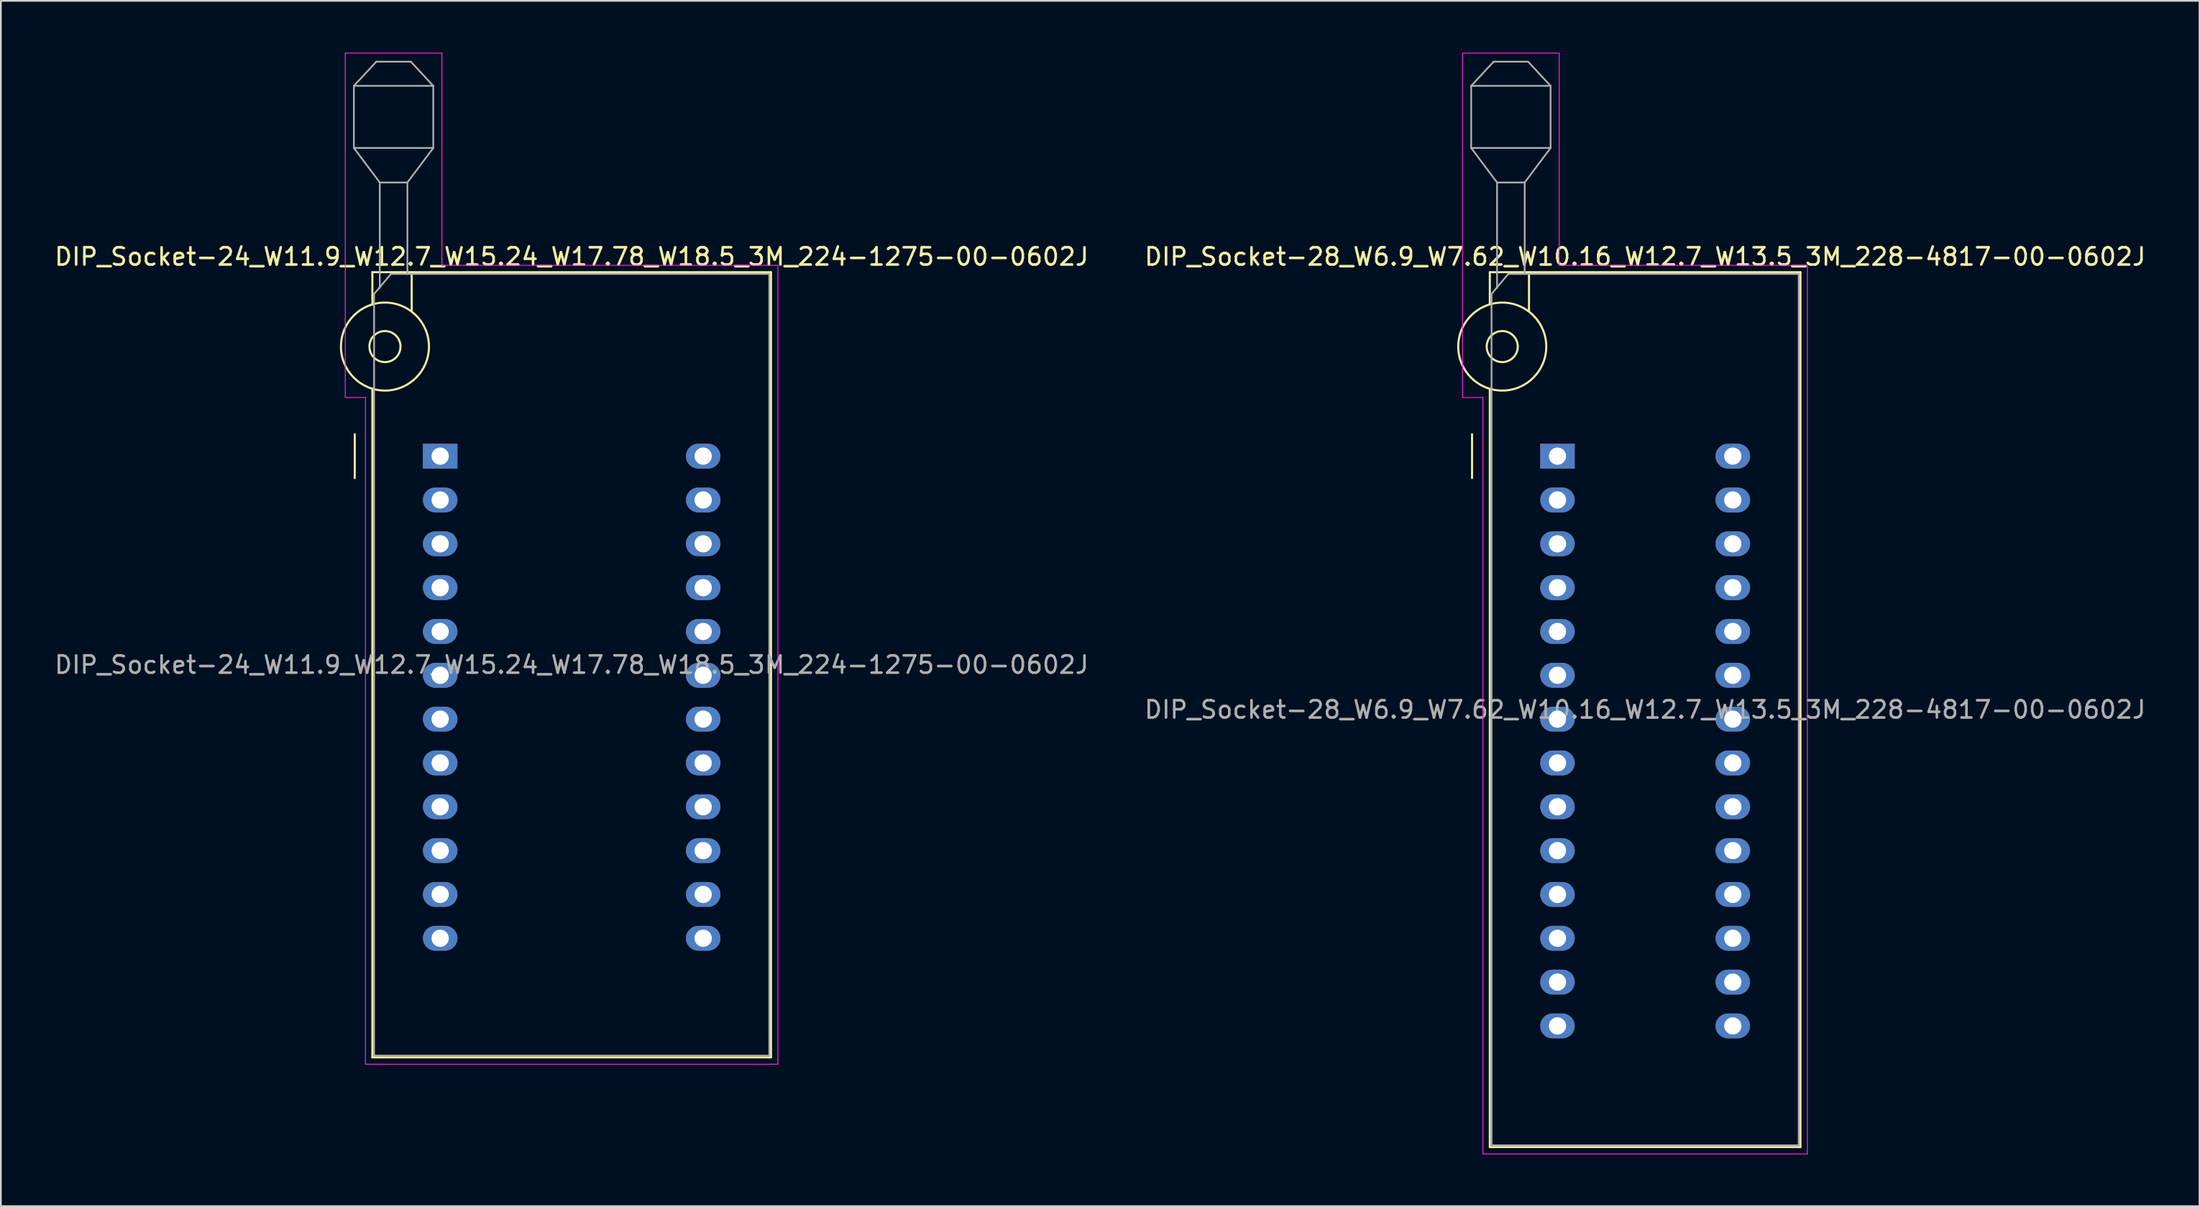
<source format=kicad_pcb>
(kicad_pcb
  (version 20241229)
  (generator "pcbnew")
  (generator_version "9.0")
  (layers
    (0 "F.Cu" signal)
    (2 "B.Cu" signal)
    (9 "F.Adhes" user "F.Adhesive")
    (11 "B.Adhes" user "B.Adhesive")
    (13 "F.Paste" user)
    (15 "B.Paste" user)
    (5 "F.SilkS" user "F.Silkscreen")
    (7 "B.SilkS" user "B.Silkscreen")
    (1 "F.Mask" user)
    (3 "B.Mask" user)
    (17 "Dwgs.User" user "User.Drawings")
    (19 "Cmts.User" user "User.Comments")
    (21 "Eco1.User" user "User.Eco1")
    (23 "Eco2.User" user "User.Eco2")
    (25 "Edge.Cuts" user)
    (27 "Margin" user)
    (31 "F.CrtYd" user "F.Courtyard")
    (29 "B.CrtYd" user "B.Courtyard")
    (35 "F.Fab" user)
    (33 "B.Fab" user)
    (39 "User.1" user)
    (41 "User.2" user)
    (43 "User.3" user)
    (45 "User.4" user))
  (footprint "DIP_Socket-28_W6.9_W7.62_W10.16_W12.7_W13.5_3M_228-4817-00-0602J"
    (layer "F.Cu")
    (at 87.2 23.385)
    (property "Reference" "DIP_Socket-28_W6.9_W7.62_W10.16_W12.7_W13.5_3M_228-4817-00-0602J" (at 5.08 -11.56 0) (layer "F.SilkS") (effects (font (size 1 1) (thickness 0.15))))
    (attr through_hole)
    (fp_line (start -4.95 1.27) (end -4.95 -1.27) (stroke (width 0.12) (type solid)) (layer "F.SilkS"))
    (fp_line (start -3.92 -10.66) (end -3.92 -8.8) (stroke (width 0.12) (type solid)) (layer "F.SilkS"))
    (fp_line (start -3.92 -3.9) (end -3.92 40.04) (stroke (width 0.12) (type solid)) (layer "F.SilkS"))
    (fp_line (start -3.92 40.04) (end 14.08 40.04) (stroke (width 0.12) (type solid)) (layer "F.SilkS"))
    (fp_line (start -1.65 -10.66) (end -1.65 -8.4) (stroke (width 0.12) (type solid)) (layer "F.SilkS"))
    (fp_line (start 14.08 -10.66) (end -3.92 -10.66) (stroke (width 0.12) (type solid)) (layer "F.SilkS"))
    (fp_line (start 14.08 40.04) (end 14.08 -10.66) (stroke (width 0.12) (type solid)) (layer "F.SilkS"))
    (fp_circle (center -3.2 -6.35) (end -2.3 -6.35) (stroke (width 0.12) (type solid)) (fill no) (layer "F.SilkS"))
    (fp_circle (center -3.2 -6.35) (end -0.65 -6.35) (stroke (width 0.12) (type solid)) (fill no) (layer "F.SilkS"))
    (fp_line (start -5.5 -23.36) (end 0.1 -23.36) (stroke (width 0.05) (type solid)) (layer "F.CrtYd"))
    (fp_line (start -5.5 -3.4) (end -5.5 -23.36) (stroke (width 0.05) (type solid)) (layer "F.CrtYd"))
    (fp_line (start -4.32 -3.4) (end -5.5 -3.4) (stroke (width 0.05) (type solid)) (layer "F.CrtYd"))
    (fp_line (start -4.32 40.44) (end -4.32 -3.4) (stroke (width 0.05) (type solid)) (layer "F.CrtYd"))
    (fp_line (start 0.1 -23.36) (end 0.1 -11.06) (stroke (width 0.05) (type solid)) (layer "F.CrtYd"))
    (fp_line (start 0.1 -11.06) (end 14.48 -11.06) (stroke (width 0.05) (type solid)) (layer "F.CrtYd"))
    (fp_line (start 14.48 -11.06) (end 14.48 40.44) (stroke (width 0.05) (type solid)) (layer "F.CrtYd"))
    (fp_line (start 14.48 40.44) (end -4.32 40.44) (stroke (width 0.05) (type solid)) (layer "F.CrtYd"))
    (fp_line (start -5 -21.46) (end -5 -17.86) (stroke (width 0.1) (type solid)) (layer "F.Fab"))
    (fp_line (start -5 -21.46) (end -3.7 -22.86) (stroke (width 0.1) (type solid)) (layer "F.Fab"))
    (fp_line (start -5 -17.86) (end -3.5 -15.86) (stroke (width 0.1) (type solid)) (layer "F.Fab"))
    (fp_line (start -5 -17.86) (end -0.4 -17.86) (stroke (width 0.1) (type solid)) (layer "F.Fab"))
    (fp_line (start -3.82 -9.4) (end -2.85 -10.56) (stroke (width 0.1) (type solid)) (layer "F.Fab"))
    (fp_line (start -3.82 39.94) (end -3.82 -9.4) (stroke (width 0.1) (type solid)) (layer "F.Fab"))
    (fp_line (start -3.7 -22.86) (end -1.7 -22.86) (stroke (width 0.1) (type solid)) (layer "F.Fab"))
    (fp_line (start -3.5 -15.86) (end -1.9 -15.86) (stroke (width 0.1) (type solid)) (layer "F.Fab"))
    (fp_line (start -3.5 -9.75) (end -3.5 -15.86) (stroke (width 0.1) (type solid)) (layer "F.Fab"))
    (fp_line (start -2.85 -10.56) (end 13.98 -10.56) (stroke (width 0.1) (type solid)) (layer "F.Fab"))
    (fp_line (start -1.9 -15.86) (end -1.9 -10.56) (stroke (width 0.1) (type solid)) (layer "F.Fab"))
    (fp_line (start -1.7 -22.86) (end -0.4 -21.46) (stroke (width 0.1) (type solid)) (layer "F.Fab"))
    (fp_line (start -0.4 -21.46) (end -5 -21.46) (stroke (width 0.1) (type solid)) (layer "F.Fab"))
    (fp_line (start -0.4 -17.86) (end -1.9 -15.86) (stroke (width 0.1) (type solid)) (layer "F.Fab"))
    (fp_line (start -0.4 -17.86) (end -0.4 -21.46) (stroke (width 0.1) (type solid)) (layer "F.Fab"))
    (fp_line (start 13.98 -10.56) (end 13.98 39.94) (stroke (width 0.1) (type solid)) (layer "F.Fab"))
    (fp_line (start 13.98 39.94) (end -3.82 39.94) (stroke (width 0.1) (type solid)) (layer "F.Fab"))
    (fp_text user "${REFERENCE}" (at 5.08 14.69 0) (layer "F.Fab") (effects (font (size 1 1) (thickness 0.15))))
    (pad "1" thru_hole rect (at 0 0) (size 2 1.44) (drill 1) (layers "*.Cu" "*.Mask"))
    (pad "2" thru_hole oval (at 0 2.54) (size 2 1.44) (drill 1) (layers "*.Cu" "*.Mask"))
    (pad "3" thru_hole oval (at 0 5.08) (size 2 1.44) (drill 1) (layers "*.Cu" "*.Mask"))
    (pad "4" thru_hole oval (at 0 7.62) (size 2 1.44) (drill 1) (layers "*.Cu" "*.Mask"))
    (pad "5" thru_hole oval (at 0 10.16) (size 2 1.44) (drill 1) (layers "*.Cu" "*.Mask"))
    (pad "6" thru_hole oval (at 0 12.7) (size 2 1.44) (drill 1) (layers "*.Cu" "*.Mask"))
    (pad "7" thru_hole oval (at 0 15.24) (size 2 1.44) (drill 1) (layers "*.Cu" "*.Mask"))
    (pad "8" thru_hole oval (at 0 17.78) (size 2 1.44) (drill 1) (layers "*.Cu" "*.Mask"))
    (pad "9" thru_hole oval (at 0 20.32) (size 2 1.44) (drill 1) (layers "*.Cu" "*.Mask"))
    (pad "10" thru_hole oval (at 0 22.86) (size 2 1.44) (drill 1) (layers "*.Cu" "*.Mask"))
    (pad "11" thru_hole oval (at 0 25.4) (size 2 1.44) (drill 1) (layers "*.Cu" "*.Mask"))
    (pad "12" thru_hole oval (at 0 27.94) (size 2 1.44) (drill 1) (layers "*.Cu" "*.Mask"))
    (pad "13" thru_hole oval (at 0 30.48) (size 2 1.44) (drill 1) (layers "*.Cu" "*.Mask"))
    (pad "14" thru_hole oval (at 0 33.02) (size 2 1.44) (drill 1) (layers "*.Cu" "*.Mask"))
    (pad "15" thru_hole oval (at 10.16 33.02) (size 2 1.44) (drill 1) (layers "*.Cu" "*.Mask"))
    (pad "16" thru_hole oval (at 10.16 30.48) (size 2 1.44) (drill 1) (layers "*.Cu" "*.Mask"))
    (pad "17" thru_hole oval (at 10.16 27.94) (size 2 1.44) (drill 1) (layers "*.Cu" "*.Mask"))
    (pad "18" thru_hole oval (at 10.16 25.4) (size 2 1.44) (drill 1) (layers "*.Cu" "*.Mask"))
    (pad "19" thru_hole oval (at 10.16 22.86) (size 2 1.44) (drill 1) (layers "*.Cu" "*.Mask"))
    (pad "20" thru_hole oval (at 10.16 20.32) (size 2 1.44) (drill 1) (layers "*.Cu" "*.Mask"))
    (pad "21" thru_hole oval (at 10.16 17.78) (size 2 1.44) (drill 1) (layers "*.Cu" "*.Mask"))
    (pad "22" thru_hole oval (at 10.16 15.24) (size 2 1.44) (drill 1) (layers "*.Cu" "*.Mask"))
    (pad "23" thru_hole oval (at 10.16 12.7) (size 2 1.44) (drill 1) (layers "*.Cu" "*.Mask"))
    (pad "24" thru_hole oval (at 10.16 10.16) (size 2 1.44) (drill 1) (layers "*.Cu" "*.Mask"))
    (pad "25" thru_hole oval (at 10.16 7.62) (size 2 1.44) (drill 1) (layers "*.Cu" "*.Mask"))
    (pad "26" thru_hole oval (at 10.16 5.08) (size 2 1.44) (drill 1) (layers "*.Cu" "*.Mask"))
    (pad "27" thru_hole oval (at 10.16 2.54) (size 2 1.44) (drill 1) (layers "*.Cu" "*.Mask"))
    (pad "28" thru_hole oval (at 10.16 0) (size 2 1.44) (drill 1) (layers "*.Cu" "*.Mask")))
  (footprint "DIP_Socket-24_W11.9_W12.7_W15.24_W17.78_W18.5_3M_224-1275-00-0602J"
    (layer "F.Cu")
    (at 22.457 23.385)
    (property "Reference" "DIP_Socket-24_W11.9_W12.7_W15.24_W17.78_W18.5_3M_224-1275-00-0602J" (at 7.62 -11.56 0) (layer "F.SilkS") (effects (font (size 1 1) (thickness 0.15))))
    (attr through_hole)
    (fp_line (start -4.95 1.27) (end -4.95 -1.27) (stroke (width 0.12) (type solid)) (layer "F.SilkS"))
    (fp_line (start -3.93 -10.66) (end -3.93 -8.8) (stroke (width 0.12) (type solid)) (layer "F.SilkS"))
    (fp_line (start -3.93 -3.9) (end -3.93 34.84) (stroke (width 0.12) (type solid)) (layer "F.SilkS"))
    (fp_line (start -3.93 34.84) (end 19.17 34.84) (stroke (width 0.12) (type solid)) (layer "F.SilkS"))
    (fp_line (start -1.65 -10.66) (end -1.65 -8.4) (stroke (width 0.12) (type solid)) (layer "F.SilkS"))
    (fp_line (start 19.17 -10.66) (end -3.93 -10.66) (stroke (width 0.12) (type solid)) (layer "F.SilkS"))
    (fp_line (start 19.17 34.84) (end 19.17 -10.66) (stroke (width 0.12) (type solid)) (layer "F.SilkS"))
    (fp_circle (center -3.2 -6.35) (end -2.3 -6.35) (stroke (width 0.12) (type solid)) (fill no) (layer "F.SilkS"))
    (fp_circle (center -3.2 -6.35) (end -0.65 -6.35) (stroke (width 0.12) (type solid)) (fill no) (layer "F.SilkS"))
    (fp_line (start -5.5 -23.36) (end 0.1 -23.36) (stroke (width 0.05) (type solid)) (layer "F.CrtYd"))
    (fp_line (start -5.5 -3.4) (end -5.5 -23.36) (stroke (width 0.05) (type solid)) (layer "F.CrtYd"))
    (fp_line (start -4.33 -3.4) (end -5.5 -3.4) (stroke (width 0.05) (type solid)) (layer "F.CrtYd"))
    (fp_line (start -4.33 35.24) (end -4.33 -3.4) (stroke (width 0.05) (type solid)) (layer "F.CrtYd"))
    (fp_line (start 0.1 -23.36) (end 0.1 -11.06) (stroke (width 0.05) (type solid)) (layer "F.CrtYd"))
    (fp_line (start 0.1 -11.06) (end 19.57 -11.06) (stroke (width 0.05) (type solid)) (layer "F.CrtYd"))
    (fp_line (start 19.57 -11.06) (end 19.57 35.24) (stroke (width 0.05) (type solid)) (layer "F.CrtYd"))
    (fp_line (start 19.57 35.24) (end -4.33 35.24) (stroke (width 0.05) (type solid)) (layer "F.CrtYd"))
    (fp_line (start -5 -21.46) (end -5 -17.86) (stroke (width 0.1) (type solid)) (layer "F.Fab"))
    (fp_line (start -5 -21.46) (end -3.7 -22.86) (stroke (width 0.1) (type solid)) (layer "F.Fab"))
    (fp_line (start -5 -17.86) (end -3.5 -15.86) (stroke (width 0.1) (type solid)) (layer "F.Fab"))
    (fp_line (start -5 -17.86) (end -0.4 -17.86) (stroke (width 0.1) (type solid)) (layer "F.Fab"))
    (fp_line (start -3.83 -9.4) (end -2.85 -10.56) (stroke (width 0.1) (type solid)) (layer "F.Fab"))
    (fp_line (start -3.83 34.74) (end -3.83 -9.4) (stroke (width 0.1) (type solid)) (layer "F.Fab"))
    (fp_line (start -3.7 -22.86) (end -1.7 -22.86) (stroke (width 0.1) (type solid)) (layer "F.Fab"))
    (fp_line (start -3.5 -15.86) (end -1.9 -15.86) (stroke (width 0.1) (type solid)) (layer "F.Fab"))
    (fp_line (start -3.5 -9.75) (end -3.5 -15.86) (stroke (width 0.1) (type solid)) (layer "F.Fab"))
    (fp_line (start -2.85 -10.56) (end 19.07 -10.56) (stroke (width 0.1) (type solid)) (layer "F.Fab"))
    (fp_line (start -1.9 -15.86) (end -1.9 -10.56) (stroke (width 0.1) (type solid)) (layer "F.Fab"))
    (fp_line (start -1.7 -22.86) (end -0.4 -21.46) (stroke (width 0.1) (type solid)) (layer "F.Fab"))
    (fp_line (start -0.4 -21.46) (end -5 -21.46) (stroke (width 0.1) (type solid)) (layer "F.Fab"))
    (fp_line (start -0.4 -17.86) (end -1.9 -15.86) (stroke (width 0.1) (type solid)) (layer "F.Fab"))
    (fp_line (start -0.4 -17.86) (end -0.4 -21.46) (stroke (width 0.1) (type solid)) (layer "F.Fab"))
    (fp_line (start 19.07 -10.56) (end 19.07 34.74) (stroke (width 0.1) (type solid)) (layer "F.Fab"))
    (fp_line (start 19.07 34.74) (end -3.83 34.74) (stroke (width 0.1) (type solid)) (layer "F.Fab"))
    (fp_text user "${REFERENCE}" (at 7.62 12.09 0) (layer "F.Fab") (effects (font (size 1 1) (thickness 0.15))))
    (pad "1" thru_hole rect (at 0 0) (size 2 1.44) (drill 1) (layers "*.Cu" "*.Mask"))
    (pad "2" thru_hole oval (at 0 2.54) (size 2 1.44) (drill 1) (layers "*.Cu" "*.Mask"))
    (pad "3" thru_hole oval (at 0 5.08) (size 2 1.44) (drill 1) (layers "*.Cu" "*.Mask"))
    (pad "4" thru_hole oval (at 0 7.62) (size 2 1.44) (drill 1) (layers "*.Cu" "*.Mask"))
    (pad "5" thru_hole oval (at 0 10.16) (size 2 1.44) (drill 1) (layers "*.Cu" "*.Mask"))
    (pad "6" thru_hole oval (at 0 12.7) (size 2 1.44) (drill 1) (layers "*.Cu" "*.Mask"))
    (pad "7" thru_hole oval (at 0 15.24) (size 2 1.44) (drill 1) (layers "*.Cu" "*.Mask"))
    (pad "8" thru_hole oval (at 0 17.78) (size 2 1.44) (drill 1) (layers "*.Cu" "*.Mask"))
    (pad "9" thru_hole oval (at 0 20.32) (size 2 1.44) (drill 1) (layers "*.Cu" "*.Mask"))
    (pad "10" thru_hole oval (at 0 22.86) (size 2 1.44) (drill 1) (layers "*.Cu" "*.Mask"))
    (pad "11" thru_hole oval (at 0 25.4) (size 2 1.44) (drill 1) (layers "*.Cu" "*.Mask"))
    (pad "12" thru_hole oval (at 0 27.94) (size 2 1.44) (drill 1) (layers "*.Cu" "*.Mask"))
    (pad "13" thru_hole oval (at 15.24 27.94) (size 2 1.44) (drill 1) (layers "*.Cu" "*.Mask"))
    (pad "14" thru_hole oval (at 15.24 25.4) (size 2 1.44) (drill 1) (layers "*.Cu" "*.Mask"))
    (pad "15" thru_hole oval (at 15.24 22.86) (size 2 1.44) (drill 1) (layers "*.Cu" "*.Mask"))
    (pad "16" thru_hole oval (at 15.24 20.32) (size 2 1.44) (drill 1) (layers "*.Cu" "*.Mask"))
    (pad "17" thru_hole oval (at 15.24 17.78) (size 2 1.44) (drill 1) (layers "*.Cu" "*.Mask"))
    (pad "18" thru_hole oval (at 15.24 15.24) (size 2 1.44) (drill 1) (layers "*.Cu" "*.Mask"))
    (pad "19" thru_hole oval (at 15.24 12.7) (size 2 1.44) (drill 1) (layers "*.Cu" "*.Mask"))
    (pad "20" thru_hole oval (at 15.24 10.16) (size 2 1.44) (drill 1) (layers "*.Cu" "*.Mask"))
    (pad "21" thru_hole oval (at 15.24 7.62) (size 2 1.44) (drill 1) (layers "*.Cu" "*.Mask"))
    (pad "22" thru_hole oval (at 15.24 5.08) (size 2 1.44) (drill 1) (layers "*.Cu" "*.Mask"))
    (pad "23" thru_hole oval (at 15.24 2.54) (size 2 1.44) (drill 1) (layers "*.Cu" "*.Mask"))
    (pad "24" thru_hole oval (at 15.24 0) (size 2 1.44) (drill 1) (layers "*.Cu" "*.Mask")))
  (gr_rect
    (start -3 -3)
    (end 124.405 66.85)
    (stroke (width 0.1) (type default))
    (fill no)
    (layer "Edge.Cuts")))
</source>
